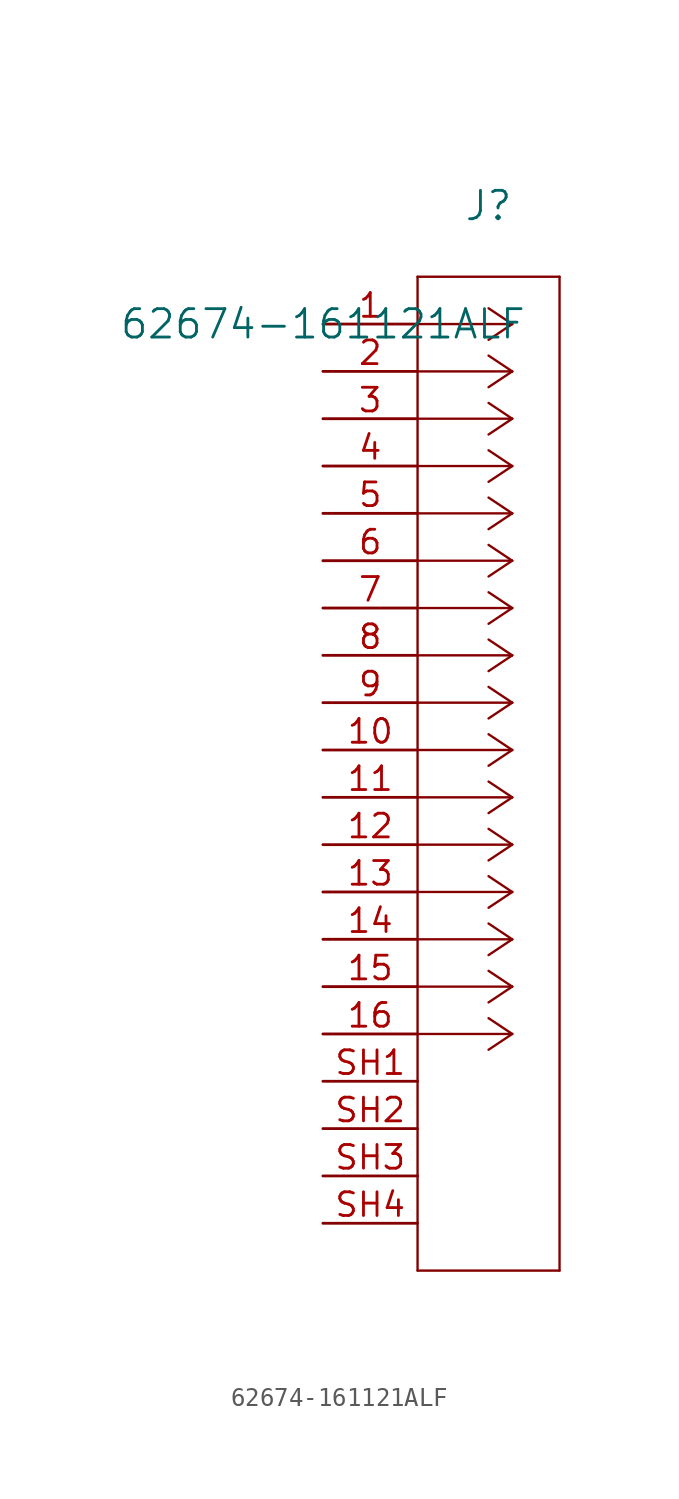
<source format=kicad_sym>
(kicad_symbol_lib
  (version 20241209)
  (generator "kicad_symbol_editor")
  (generator_version "9.0")
  (symbol "62674-161121ALF"
    (pin_names
      (offset 0.254))
    (property "Reference" "J"
      (at 8.89 6.35 0)
      (effects (font (size 1.524 1.524))))
    (property "Value" "62674-161121ALF"
      (at 0 0 0)
      (effects (font (size 1.524 1.524))))
    (property "ki_locked" ""
      (at 0 0 0)
      (effects (font (size 1.27 1.27))))
    (symbol "62674-161121ALF_0_1"
      (polyline (pts (xy 5.08 2.54) (xy 5.08 -50.8)) (stroke (width 0.127) (type default)) (fill (type none)))
      (polyline (pts (xy 5.08 -50.8) (xy 12.7 -50.8)) (stroke (width 0.127) (type default)) (fill (type none)))
      (polyline (pts (xy 10.16 0) (xy 5.08 0)) (stroke (width 0.127) (type default)) (fill (type none)))
      (polyline (pts (xy 10.16 0) (xy 8.89 0.847)) (stroke (width 0.127) (type default)) (fill (type none)))
      (polyline (pts (xy 10.16 0) (xy 8.89 -0.847)) (stroke (width 0.127) (type default)) (fill (type none)))
      (polyline (pts (xy 10.16 -2.54) (xy 5.08 -2.54)) (stroke (width 0.127) (type default)) (fill (type none)))
      (polyline (pts (xy 10.16 -2.54) (xy 8.89 -1.693)) (stroke (width 0.127) (type default)) (fill (type none)))
      (polyline (pts (xy 10.16 -2.54) (xy 8.89 -3.387)) (stroke (width 0.127) (type default)) (fill (type none)))
      (polyline (pts (xy 10.16 -5.08) (xy 5.08 -5.08)) (stroke (width 0.127) (type default)) (fill (type none)))
      (polyline (pts (xy 10.16 -5.08) (xy 8.89 -4.233)) (stroke (width 0.127) (type default)) (fill (type none)))
      (polyline (pts (xy 10.16 -5.08) (xy 8.89 -5.927)) (stroke (width 0.127) (type default)) (fill (type none)))
      (polyline (pts (xy 10.16 -7.62) (xy 5.08 -7.62)) (stroke (width 0.127) (type default)) (fill (type none)))
      (polyline (pts (xy 10.16 -7.62) (xy 8.89 -6.773)) (stroke (width 0.127) (type default)) (fill (type none)))
      (polyline (pts (xy 10.16 -7.62) (xy 8.89 -8.467)) (stroke (width 0.127) (type default)) (fill (type none)))
      (polyline (pts (xy 10.16 -10.16) (xy 5.08 -10.16)) (stroke (width 0.127) (type default)) (fill (type none)))
      (polyline (pts (xy 10.16 -10.16) (xy 8.89 -9.313)) (stroke (width 0.127) (type default)) (fill (type none)))
      (polyline (pts (xy 10.16 -10.16) (xy 8.89 -11.007)) (stroke (width 0.127) (type default)) (fill (type none)))
      (polyline (pts (xy 10.16 -12.7) (xy 5.08 -12.7)) (stroke (width 0.127) (type default)) (fill (type none)))
      (polyline (pts (xy 10.16 -12.7) (xy 8.89 -11.853)) (stroke (width 0.127) (type default)) (fill (type none)))
      (polyline (pts (xy 10.16 -12.7) (xy 8.89 -13.547)) (stroke (width 0.127) (type default)) (fill (type none)))
      (polyline (pts (xy 10.16 -15.24) (xy 5.08 -15.24)) (stroke (width 0.127) (type default)) (fill (type none)))
      (polyline (pts (xy 10.16 -15.24) (xy 8.89 -14.393)) (stroke (width 0.127) (type default)) (fill (type none)))
      (polyline (pts (xy 10.16 -15.24) (xy 8.89 -16.087)) (stroke (width 0.127) (type default)) (fill (type none)))
      (polyline (pts (xy 10.16 -17.78) (xy 5.08 -17.78)) (stroke (width 0.127) (type default)) (fill (type none)))
      (polyline (pts (xy 10.16 -17.78) (xy 8.89 -16.933)) (stroke (width 0.127) (type default)) (fill (type none)))
      (polyline (pts (xy 10.16 -17.78) (xy 8.89 -18.627)) (stroke (width 0.127) (type default)) (fill (type none)))
      (polyline (pts (xy 10.16 -20.32) (xy 5.08 -20.32)) (stroke (width 0.127) (type default)) (fill (type none)))
      (polyline (pts (xy 10.16 -20.32) (xy 8.89 -19.473)) (stroke (width 0.127) (type default)) (fill (type none)))
      (polyline (pts (xy 10.16 -20.32) (xy 8.89 -21.167)) (stroke (width 0.127) (type default)) (fill (type none)))
      (polyline (pts (xy 10.16 -22.86) (xy 5.08 -22.86)) (stroke (width 0.127) (type default)) (fill (type none)))
      (polyline (pts (xy 10.16 -22.86) (xy 8.89 -22.013)) (stroke (width 0.127) (type default)) (fill (type none)))
      (polyline (pts (xy 10.16 -22.86) (xy 8.89 -23.707)) (stroke (width 0.127) (type default)) (fill (type none)))
      (polyline (pts (xy 10.16 -25.4) (xy 5.08 -25.4)) (stroke (width 0.127) (type default)) (fill (type none)))
      (polyline (pts (xy 10.16 -25.4) (xy 8.89 -24.553)) (stroke (width 0.127) (type default)) (fill (type none)))
      (polyline (pts (xy 10.16 -25.4) (xy 8.89 -26.247)) (stroke (width 0.127) (type default)) (fill (type none)))
      (polyline (pts (xy 10.16 -27.94) (xy 5.08 -27.94)) (stroke (width 0.127) (type default)) (fill (type none)))
      (polyline (pts (xy 10.16 -27.94) (xy 8.89 -27.093)) (stroke (width 0.127) (type default)) (fill (type none)))
      (polyline (pts (xy 10.16 -27.94) (xy 8.89 -28.787)) (stroke (width 0.127) (type default)) (fill (type none)))
      (polyline (pts (xy 10.16 -30.48) (xy 5.08 -30.48)) (stroke (width 0.127) (type default)) (fill (type none)))
      (polyline (pts (xy 10.16 -30.48) (xy 8.89 -29.633)) (stroke (width 0.127) (type default)) (fill (type none)))
      (polyline (pts (xy 10.16 -30.48) (xy 8.89 -31.327)) (stroke (width 0.127) (type default)) (fill (type none)))
      (polyline (pts (xy 10.16 -33.02) (xy 5.08 -33.02)) (stroke (width 0.127) (type default)) (fill (type none)))
      (polyline (pts (xy 10.16 -33.02) (xy 8.89 -32.173)) (stroke (width 0.127) (type default)) (fill (type none)))
      (polyline (pts (xy 10.16 -33.02) (xy 8.89 -33.867)) (stroke (width 0.127) (type default)) (fill (type none)))
      (polyline (pts (xy 10.16 -35.56) (xy 5.08 -35.56)) (stroke (width 0.127) (type default)) (fill (type none)))
      (polyline (pts (xy 10.16 -35.56) (xy 8.89 -34.713)) (stroke (width 0.127) (type default)) (fill (type none)))
      (polyline (pts (xy 10.16 -35.56) (xy 8.89 -36.407)) (stroke (width 0.127) (type default)) (fill (type none)))
      (polyline (pts (xy 10.16 -38.1) (xy 5.08 -38.1)) (stroke (width 0.127) (type default)) (fill (type none)))
      (polyline (pts (xy 10.16 -38.1) (xy 8.89 -37.253)) (stroke (width 0.127) (type default)) (fill (type none)))
      (polyline (pts (xy 10.16 -38.1) (xy 8.89 -38.947)) (stroke (width 0.127) (type default)) (fill (type none)))
      (polyline (pts (xy 12.7 2.54) (xy 5.08 2.54)) (stroke (width 0.127) (type default)) (fill (type none)))
      (polyline (pts (xy 12.7 -50.8) (xy 12.7 2.54)) (stroke (width 0.127) (type default)) (fill (type none)))
      (pin unspecified line (at 0 0 0) (length 5.08) (name "" (effects (font (size 1.27 1.27)))) (number "1" (effects (font (size 1.27 1.27)))))
      (pin unspecified line (at 0 -2.54 0) (length 5.08) (name "" (effects (font (size 1.27 1.27)))) (number "2" (effects (font (size 1.27 1.27)))))
      (pin unspecified line (at 0 -5.08 0) (length 5.08) (name "" (effects (font (size 1.27 1.27)))) (number "3" (effects (font (size 1.27 1.27)))))
      (pin unspecified line (at 0 -7.62 0) (length 5.08) (name "" (effects (font (size 1.27 1.27)))) (number "4" (effects (font (size 1.27 1.27)))))
      (pin unspecified line (at 0 -10.16 0) (length 5.08) (name "" (effects (font (size 1.27 1.27)))) (number "5" (effects (font (size 1.27 1.27)))))
      (pin unspecified line (at 0 -12.7 0) (length 5.08) (name "" (effects (font (size 1.27 1.27)))) (number "6" (effects (font (size 1.27 1.27)))))
      (pin unspecified line (at 0 -15.24 0) (length 5.08) (name "" (effects (font (size 1.27 1.27)))) (number "7" (effects (font (size 1.27 1.27)))))
      (pin unspecified line (at 0 -17.78 0) (length 5.08) (name "" (effects (font (size 1.27 1.27)))) (number "8" (effects (font (size 1.27 1.27)))))
      (pin unspecified line (at 0 -20.32 0) (length 5.08) (name "" (effects (font (size 1.27 1.27)))) (number "9" (effects (font (size 1.27 1.27)))))
      (pin unspecified line (at 0 -22.86 0) (length 5.08) (name "" (effects (font (size 1.27 1.27)))) (number "10" (effects (font (size 1.27 1.27)))))
      (pin unspecified line (at 0 -25.4 0) (length 5.08) (name "" (effects (font (size 1.27 1.27)))) (number "11" (effects (font (size 1.27 1.27)))))
      (pin unspecified line (at 0 -27.94 0) (length 5.08) (name "" (effects (font (size 1.27 1.27)))) (number "12" (effects (font (size 1.27 1.27)))))
      (pin unspecified line (at 0 -30.48 0) (length 5.08) (name "" (effects (font (size 1.27 1.27)))) (number "13" (effects (font (size 1.27 1.27)))))
      (pin unspecified line (at 0 -33.02 0) (length 5.08) (name "" (effects (font (size 1.27 1.27)))) (number "14" (effects (font (size 1.27 1.27)))))
      (pin unspecified line (at 0 -35.56 0) (length 5.08) (name "" (effects (font (size 1.27 1.27)))) (number "15" (effects (font (size 1.27 1.27)))))
      (pin unspecified line (at 0 -38.1 0) (length 5.08) (name "" (effects (font (size 1.27 1.27)))) (number "16" (effects (font (size 1.27 1.27))))))
    (symbol "62674-161121ALF_1_1"
      (pin passive line (at 0 -40.64 0) (length 5.08) (name "" (effects (font (size 1.27 1.27)))) (number "SH1" (effects (font (size 1.27 1.27)))))
      (pin passive line (at 0 -43.18 0) (length 5.08) (name "" (effects (font (size 1.27 1.27)))) (number "SH2" (effects (font (size 1.27 1.27)))))
      (pin passive line (at 0 -45.72 0) (length 5.08) (name "" (effects (font (size 1.27 1.27)))) (number "SH3" (effects (font (size 1.27 1.27)))))
      (pin passive line (at 0 -48.26 0) (length 5.08) (name "" (effects (font (size 1.27 1.27)))) (number "SH4" (effects (font (size 1.27 1.27))))))))
</source>
